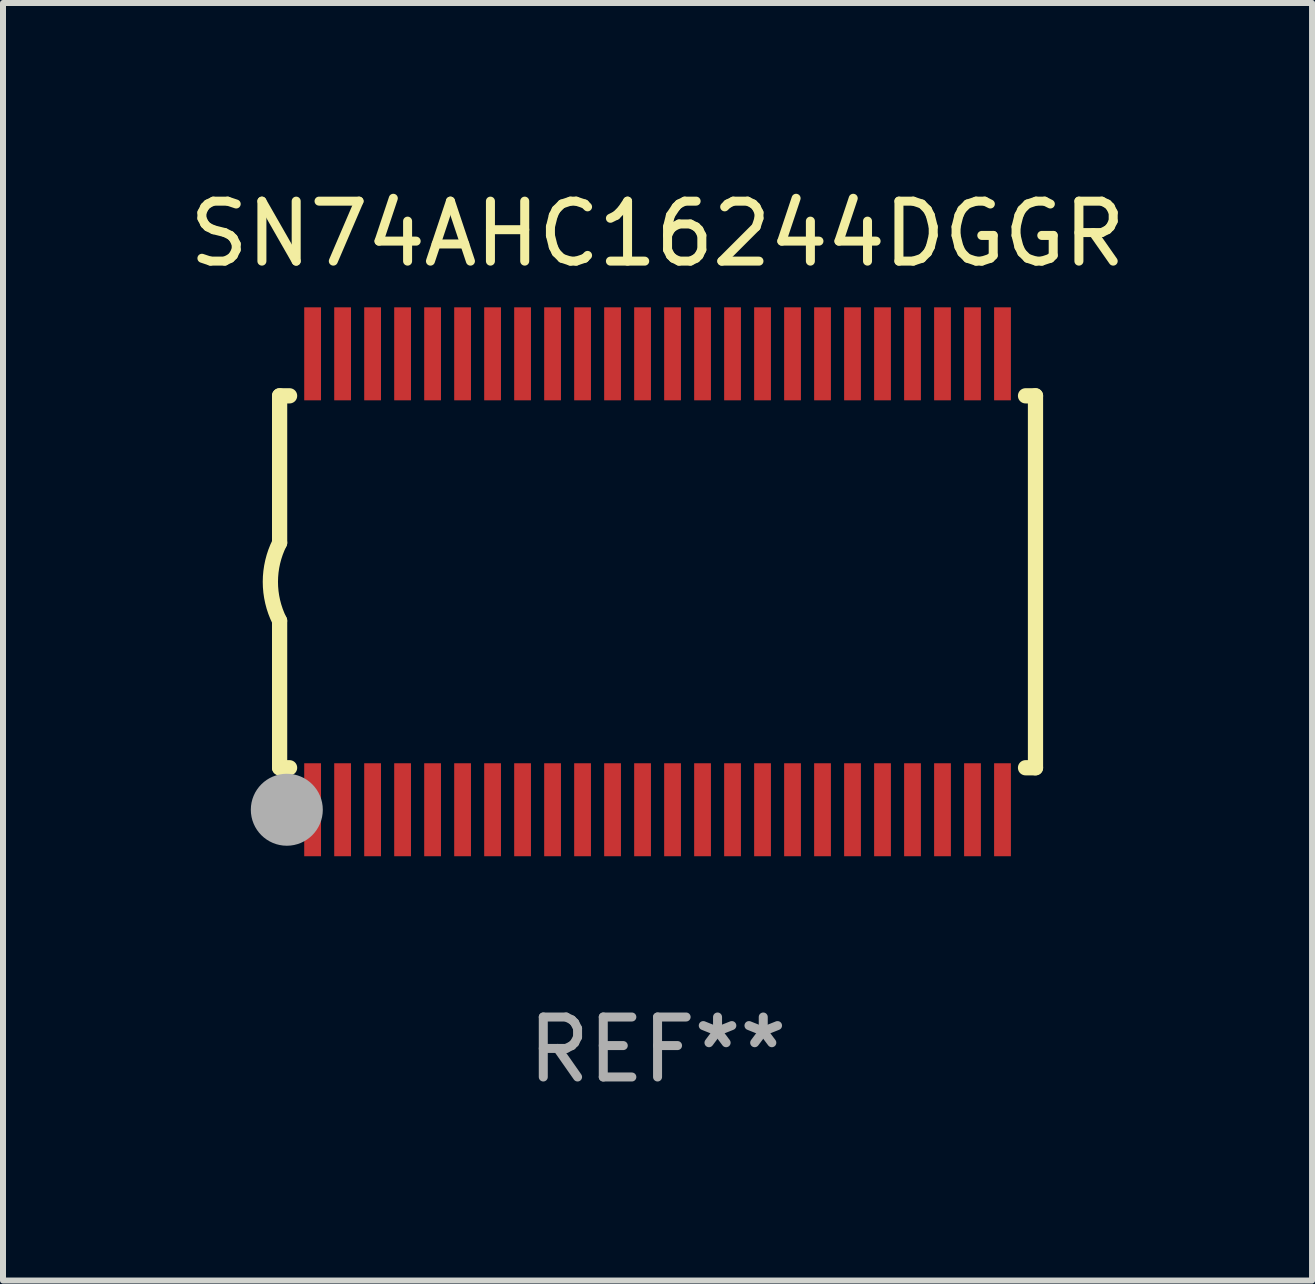
<source format=kicad_pcb>
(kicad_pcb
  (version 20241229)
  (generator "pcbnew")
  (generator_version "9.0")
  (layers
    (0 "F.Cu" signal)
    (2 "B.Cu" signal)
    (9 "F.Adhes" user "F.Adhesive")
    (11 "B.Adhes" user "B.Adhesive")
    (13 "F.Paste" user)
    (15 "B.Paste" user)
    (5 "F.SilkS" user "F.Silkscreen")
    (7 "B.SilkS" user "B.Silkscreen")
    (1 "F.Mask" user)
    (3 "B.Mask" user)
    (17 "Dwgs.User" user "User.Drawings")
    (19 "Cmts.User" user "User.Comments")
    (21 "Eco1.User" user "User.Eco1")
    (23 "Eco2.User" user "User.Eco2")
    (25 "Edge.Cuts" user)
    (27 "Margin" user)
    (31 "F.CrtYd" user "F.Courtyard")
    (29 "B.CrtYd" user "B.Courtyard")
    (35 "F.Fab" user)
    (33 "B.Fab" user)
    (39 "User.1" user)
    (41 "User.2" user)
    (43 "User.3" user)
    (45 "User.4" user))
  (footprint "SN74AHC16244DGGR"
    (layer "F.Cu")
    (at 7.911 6.648)
    (property "Reference" "SN74AHC16244DGGR" (at 0 -5.8 0) (layer "F.SilkS") (effects (font (size 1 1) (thickness 0.15))))
    (attr through_hole)
    (fp_line (start -6.3 -3.1) (end -6.3 -0.65) (stroke (width 0.254) (type solid)) (layer "F.SilkS"))
    (fp_line (start -6.3 -3.1) (end -6.134 -3.1) (stroke (width 0.254) (type solid)) (layer "F.SilkS"))
    (fp_line (start -6.3 3.1) (end -6.3 0.65) (stroke (width 0.254) (type solid)) (layer "F.SilkS"))
    (fp_line (start -6.3 3.1) (end -6.134 3.1) (stroke (width 0.254) (type solid)) (layer "F.SilkS"))
    (fp_line (start 6.134 -3.1) (end 6.3 -3.1) (stroke (width 0.254) (type solid)) (layer "F.SilkS"))
    (fp_line (start 6.134 3.1) (end 6.3 3.1) (stroke (width 0.254) (type solid)) (layer "F.SilkS"))
    (fp_line (start 6.3 -3.1) (end 6.3 3.1) (stroke (width 0.254) (type solid)) (layer "F.SilkS"))
    (fp_arc (start -6.301016 0.650114) (mid -6.45413 -0.000082) (end -6.3 -0.650038) (stroke (width 0.254001) (type solid)) (layer "F.SilkS"))
    (fp_circle (center -6.35 3.81) (end -6.223 3.81) (stroke (width 0.254) (type solid)) (fill no) (layer "F.SilkS"))
    (fp_circle (center -6.25 4.05) (end -6.22 4.05) (stroke (width 0.06) (type solid)) (fill no) (layer "F.SilkS"))
    (fp_circle (center -6.18 3.8) (end -5.88 3.8) (stroke (width 0.6) (type solid)) (fill no) (layer "F.Fab"))
    (fp_text user "REF**" (at 0 7.8 0) (layer "F.Fab") (effects (font (size 1 1) (thickness 0.15))))
    (pad "1" smd rect (at -5.75 3.8) (size 0.28 1.55) (layers "F.Cu" "F.Mask" "F.Paste"))
    (pad "2" smd rect (at -5.25 3.8) (size 0.28 1.55) (layers "F.Cu" "F.Mask" "F.Paste"))
    (pad "3" smd rect (at -4.75 3.8) (size 0.28 1.55) (layers "F.Cu" "F.Mask" "F.Paste"))
    (pad "4" smd rect (at -4.25 3.8) (size 0.28 1.55) (layers "F.Cu" "F.Mask" "F.Paste"))
    (pad "5" smd rect (at -3.75 3.8) (size 0.28 1.55) (layers "F.Cu" "F.Mask" "F.Paste"))
    (pad "6" smd rect (at -3.25 3.8) (size 0.28 1.55) (layers "F.Cu" "F.Mask" "F.Paste"))
    (pad "7" smd rect (at -2.75 3.8) (size 0.28 1.55) (layers "F.Cu" "F.Mask" "F.Paste"))
    (pad "8" smd rect (at -2.25 3.8) (size 0.28 1.55) (layers "F.Cu" "F.Mask" "F.Paste"))
    (pad "9" smd rect (at -1.75 3.8) (size 0.28 1.55) (layers "F.Cu" "F.Mask" "F.Paste"))
    (pad "10" smd rect (at -1.25 3.8) (size 0.28 1.55) (layers "F.Cu" "F.Mask" "F.Paste"))
    (pad "11" smd rect (at -0.75 3.8) (size 0.28 1.55) (layers "F.Cu" "F.Mask" "F.Paste"))
    (pad "12" smd rect (at -0.25 3.8) (size 0.28 1.55) (layers "F.Cu" "F.Mask" "F.Paste"))
    (pad "13" smd rect (at 0.25 3.8) (size 0.28 1.55) (layers "F.Cu" "F.Mask" "F.Paste"))
    (pad "14" smd rect (at 0.75 3.8) (size 0.28 1.55) (layers "F.Cu" "F.Mask" "F.Paste"))
    (pad "15" smd rect (at 1.25 3.8) (size 0.28 1.55) (layers "F.Cu" "F.Mask" "F.Paste"))
    (pad "16" smd rect (at 1.75 3.8) (size 0.28 1.55) (layers "F.Cu" "F.Mask" "F.Paste"))
    (pad "17" smd rect (at 2.25 3.8) (size 0.28 1.55) (layers "F.Cu" "F.Mask" "F.Paste"))
    (pad "18" smd rect (at 2.75 3.8) (size 0.28 1.55) (layers "F.Cu" "F.Mask" "F.Paste"))
    (pad "19" smd rect (at 3.25 3.8) (size 0.28 1.55) (layers "F.Cu" "F.Mask" "F.Paste"))
    (pad "20" smd rect (at 3.75 3.8) (size 0.28 1.55) (layers "F.Cu" "F.Mask" "F.Paste"))
    (pad "21" smd rect (at 4.25 3.8) (size 0.28 1.55) (layers "F.Cu" "F.Mask" "F.Paste"))
    (pad "22" smd rect (at 4.75 3.8) (size 0.28 1.55) (layers "F.Cu" "F.Mask" "F.Paste"))
    (pad "23" smd rect (at 5.25 3.8) (size 0.28 1.55) (layers "F.Cu" "F.Mask" "F.Paste"))
    (pad "24" smd rect (at 5.75 3.8) (size 0.28 1.55) (layers "F.Cu" "F.Mask" "F.Paste"))
    (pad "25" smd rect (at 5.75 -3.8) (size 0.28 1.55) (layers "F.Cu" "F.Mask" "F.Paste"))
    (pad "26" smd rect (at 5.25 -3.8) (size 0.28 1.55) (layers "F.Cu" "F.Mask" "F.Paste"))
    (pad "27" smd rect (at 4.75 -3.8) (size 0.28 1.55) (layers "F.Cu" "F.Mask" "F.Paste"))
    (pad "28" smd rect (at 4.25 -3.8) (size 0.28 1.55) (layers "F.Cu" "F.Mask" "F.Paste"))
    (pad "29" smd rect (at 3.75 -3.8) (size 0.28 1.55) (layers "F.Cu" "F.Mask" "F.Paste"))
    (pad "30" smd rect (at 3.25 -3.8) (size 0.28 1.55) (layers "F.Cu" "F.Mask" "F.Paste"))
    (pad "31" smd rect (at 2.75 -3.8) (size 0.28 1.55) (layers "F.Cu" "F.Mask" "F.Paste"))
    (pad "32" smd rect (at 2.25 -3.8) (size 0.28 1.55) (layers "F.Cu" "F.Mask" "F.Paste"))
    (pad "33" smd rect (at 1.75 -3.8) (size 0.28 1.55) (layers "F.Cu" "F.Mask" "F.Paste"))
    (pad "34" smd rect (at 1.25 -3.8) (size 0.28 1.55) (layers "F.Cu" "F.Mask" "F.Paste"))
    (pad "35" smd rect (at 0.75 -3.8) (size 0.28 1.55) (layers "F.Cu" "F.Mask" "F.Paste"))
    (pad "36" smd rect (at 0.25 -3.8) (size 0.28 1.55) (layers "F.Cu" "F.Mask" "F.Paste"))
    (pad "37" smd rect (at -0.25 -3.8) (size 0.28 1.55) (layers "F.Cu" "F.Mask" "F.Paste"))
    (pad "38" smd rect (at -0.75 -3.8) (size 0.28 1.55) (layers "F.Cu" "F.Mask" "F.Paste"))
    (pad "39" smd rect (at -1.25 -3.8) (size 0.28 1.55) (layers "F.Cu" "F.Mask" "F.Paste"))
    (pad "40" smd rect (at -1.75 -3.8) (size 0.28 1.55) (layers "F.Cu" "F.Mask" "F.Paste"))
    (pad "41" smd rect (at -2.25 -3.8) (size 0.28 1.55) (layers "F.Cu" "F.Mask" "F.Paste"))
    (pad "42" smd rect (at -2.75 -3.8) (size 0.28 1.55) (layers "F.Cu" "F.Mask" "F.Paste"))
    (pad "43" smd rect (at -3.25 -3.8) (size 0.28 1.55) (layers "F.Cu" "F.Mask" "F.Paste"))
    (pad "44" smd rect (at -3.75 -3.8) (size 0.28 1.55) (layers "F.Cu" "F.Mask" "F.Paste"))
    (pad "45" smd rect (at -4.25 -3.8) (size 0.28 1.55) (layers "F.Cu" "F.Mask" "F.Paste"))
    (pad "46" smd rect (at -4.75 -3.8) (size 0.28 1.55) (layers "F.Cu" "F.Mask" "F.Paste"))
    (pad "47" smd rect (at -5.25 -3.8) (size 0.28 1.55) (layers "F.Cu" "F.Mask" "F.Paste"))
    (pad "48" smd rect (at -5.75 -3.8) (size 0.28 1.55) (layers "F.Cu" "F.Mask" "F.Paste")))
  (gr_rect
    (start -3 -3)
    (end 18.821 18.296)
    (stroke (width 0.1) (type default))
    (fill no)
    (layer "Edge.Cuts")))
</source>
